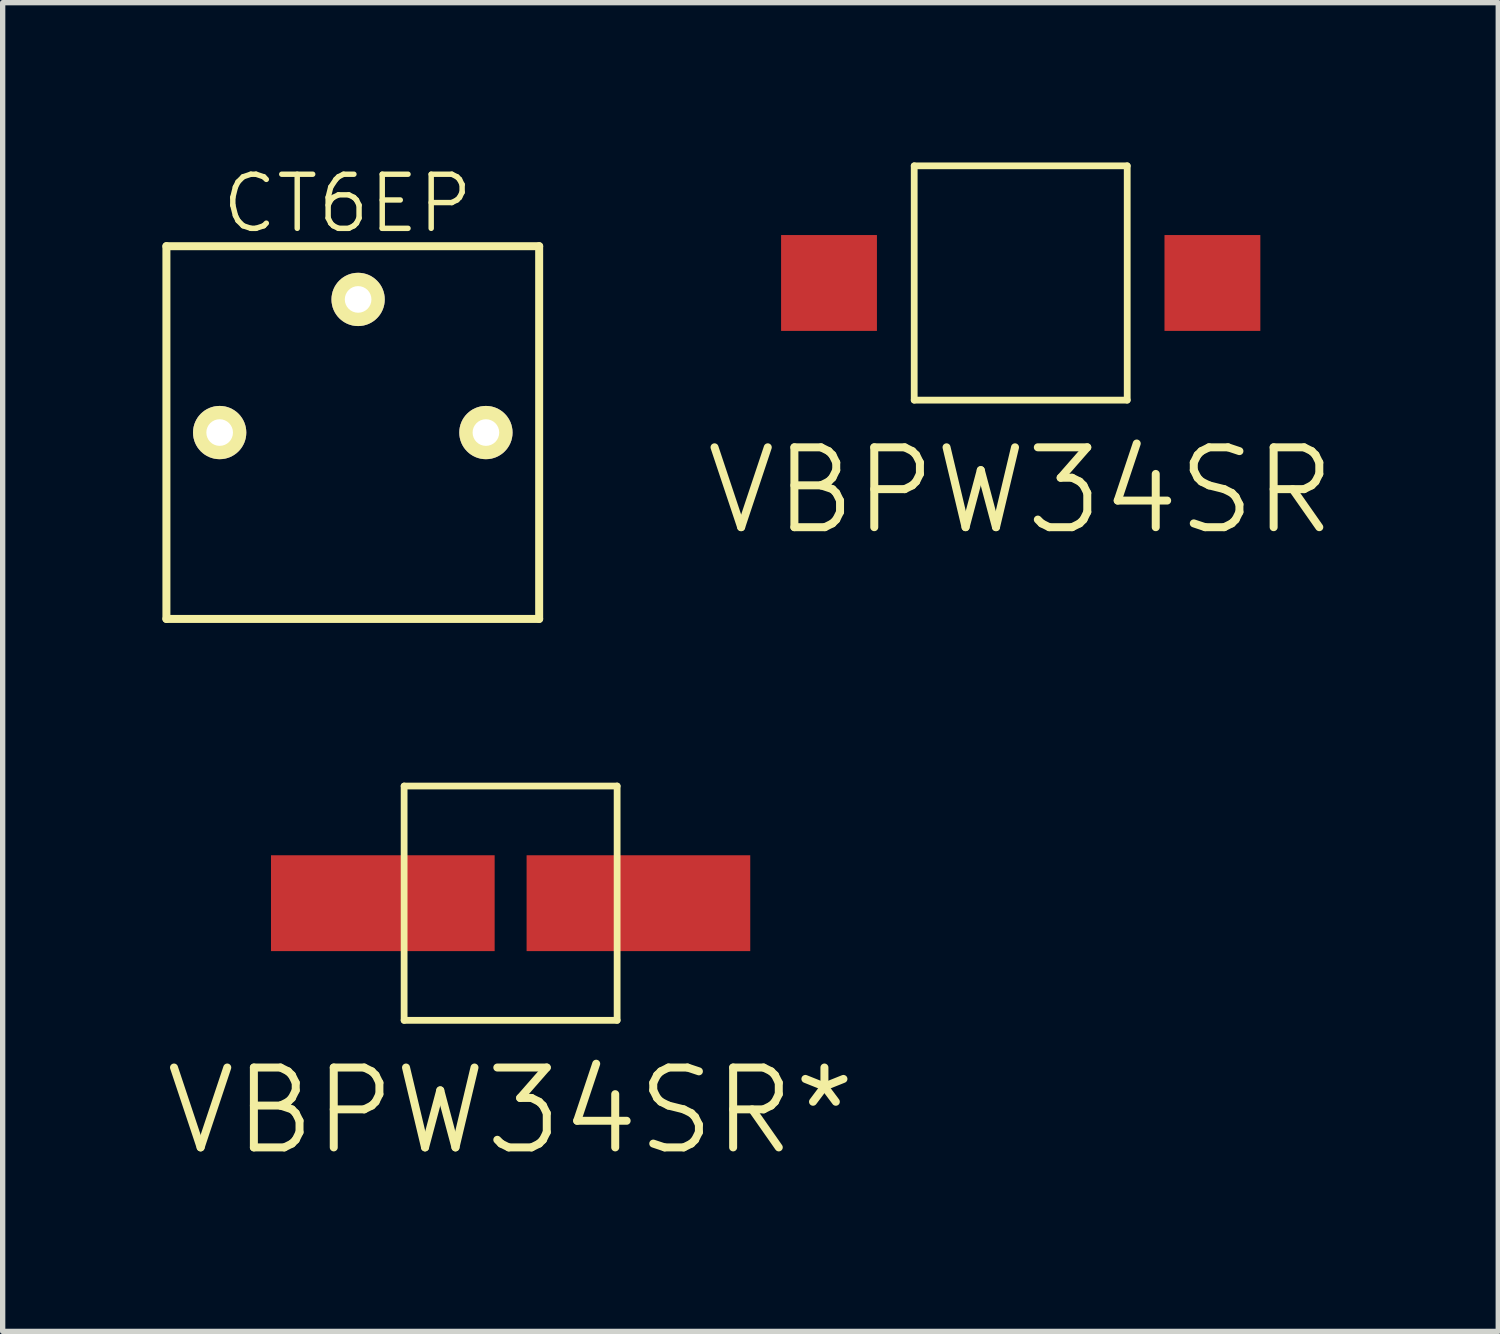
<source format=kicad_pcb>
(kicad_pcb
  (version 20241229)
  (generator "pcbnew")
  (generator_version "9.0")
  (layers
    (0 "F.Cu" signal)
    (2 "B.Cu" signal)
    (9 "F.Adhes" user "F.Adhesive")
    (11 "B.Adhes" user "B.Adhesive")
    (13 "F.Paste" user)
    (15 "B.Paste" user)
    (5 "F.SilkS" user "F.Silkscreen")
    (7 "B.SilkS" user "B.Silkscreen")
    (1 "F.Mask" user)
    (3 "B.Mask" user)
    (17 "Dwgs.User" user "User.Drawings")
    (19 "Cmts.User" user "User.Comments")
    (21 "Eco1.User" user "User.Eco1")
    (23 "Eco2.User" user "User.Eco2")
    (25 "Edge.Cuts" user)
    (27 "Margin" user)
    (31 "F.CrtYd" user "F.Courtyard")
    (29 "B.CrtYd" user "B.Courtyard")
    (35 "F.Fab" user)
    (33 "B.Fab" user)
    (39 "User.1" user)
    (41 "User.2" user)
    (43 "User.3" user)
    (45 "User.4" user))
  (footprint "CT6EP"
    (layer "F.Cu")
    (at 3.575 5.073)
    (property "Reference" "CT6EP" (at -0.1 -4.3 180) (layer "F.SilkS") (effects (font (size 1.016 1.016) (thickness 0.102))))
    (attr through_hole)
    (fp_line (start -3.5 -3.5) (end -3.5 3.5) (stroke (width 0.15) (type solid)) (layer "F.SilkS"))
    (fp_line (start -3.5 -3.5) (end 3.5 -3.5) (stroke (width 0.15) (type solid)) (layer "F.SilkS"))
    (fp_line (start -3.5 3.5) (end 3.5 3.5) (stroke (width 0.15) (type solid)) (layer "F.SilkS"))
    (fp_line (start 3.5 -3.5) (end 3.5 3.5) (stroke (width 0.15) (type solid)) (layer "F.SilkS"))
    (pad "1" thru_hole circle (at -2.5 0) (size 1 1) (drill 0.5) (layers "*.Cu" "*.Mask" "F.SilkS"))
    (pad "2" thru_hole circle (at 0.1 -2.5) (size 1 1) (drill 0.5) (layers "*.Cu" "*.Mask" "F.SilkS"))
    (pad "3" thru_hole circle (at 2.5 0) (size 1 1) (drill 0.5) (layers "*.Cu" "*.Mask" "F.SilkS")))
  (footprint "VBPW34SR"
    (layer "F.Cu")
    (at 16.118 2.264)
    (property "Reference" "VBPW34SR" (at 0 3.9 0) (layer "F.SilkS") (effects (font (size 1.5 1.5) (thickness 0.15))))
    (attr through_hole)
    (fp_line (start -2 -2.2) (end -2 2.2) (stroke (width 0.127) (type solid)) (layer "F.SilkS"))
    (fp_line (start -2 -2.2) (end 2 -2.2) (stroke (width 0.127) (type solid)) (layer "F.SilkS"))
    (fp_line (start -2 2.2) (end 2 2.2) (stroke (width 0.127) (type solid)) (layer "F.SilkS"))
    (fp_line (start 2 -2.2) (end 2 2.2) (stroke (width 0.127) (type solid)) (layer "F.SilkS"))
    (pad "1" smd rect (at -3.6 0) (size 1.8 1.8) (layers "F.Cu" "F.Mask" "F.Paste"))
    (pad "2" smd rect (at 3.6 0) (size 1.8 1.8) (layers "F.Cu" "F.Mask" "F.Paste")))
  (footprint "VBPW34SR*"
    (layer "F.Cu")
    (at 6.539 13.911)
    (property "Reference" "VBPW34SR*" (at 0 3.9 0) (layer "F.SilkS") (effects (font (size 1.5 1.5) (thickness 0.15))))
    (attr through_hole)
    (fp_line (start -2 -2.2) (end -2 2.2) (stroke (width 0.127) (type solid)) (layer "F.SilkS"))
    (fp_line (start -2 -2.2) (end 2 -2.2) (stroke (width 0.127) (type solid)) (layer "F.SilkS"))
    (fp_line (start -2 2.2) (end 2 2.2) (stroke (width 0.127) (type solid)) (layer "F.SilkS"))
    (fp_line (start 2 -2.2) (end 2 2.2) (stroke (width 0.127) (type solid)) (layer "F.SilkS"))
    (pad "1" smd rect (at -2.4 0) (size 4.2 1.8) (layers "F.Cu" "F.Mask" "F.Paste"))
    (pad "2" smd rect (at 2.4 0) (size 4.2 1.8) (layers "F.Cu" "F.Mask" "F.Paste")))
  (gr_rect
    (start -3 -3)
    (end 25.086 21.952)
    (stroke (width 0.1) (type default))
    (fill no)
    (layer "Edge.Cuts")))
</source>
